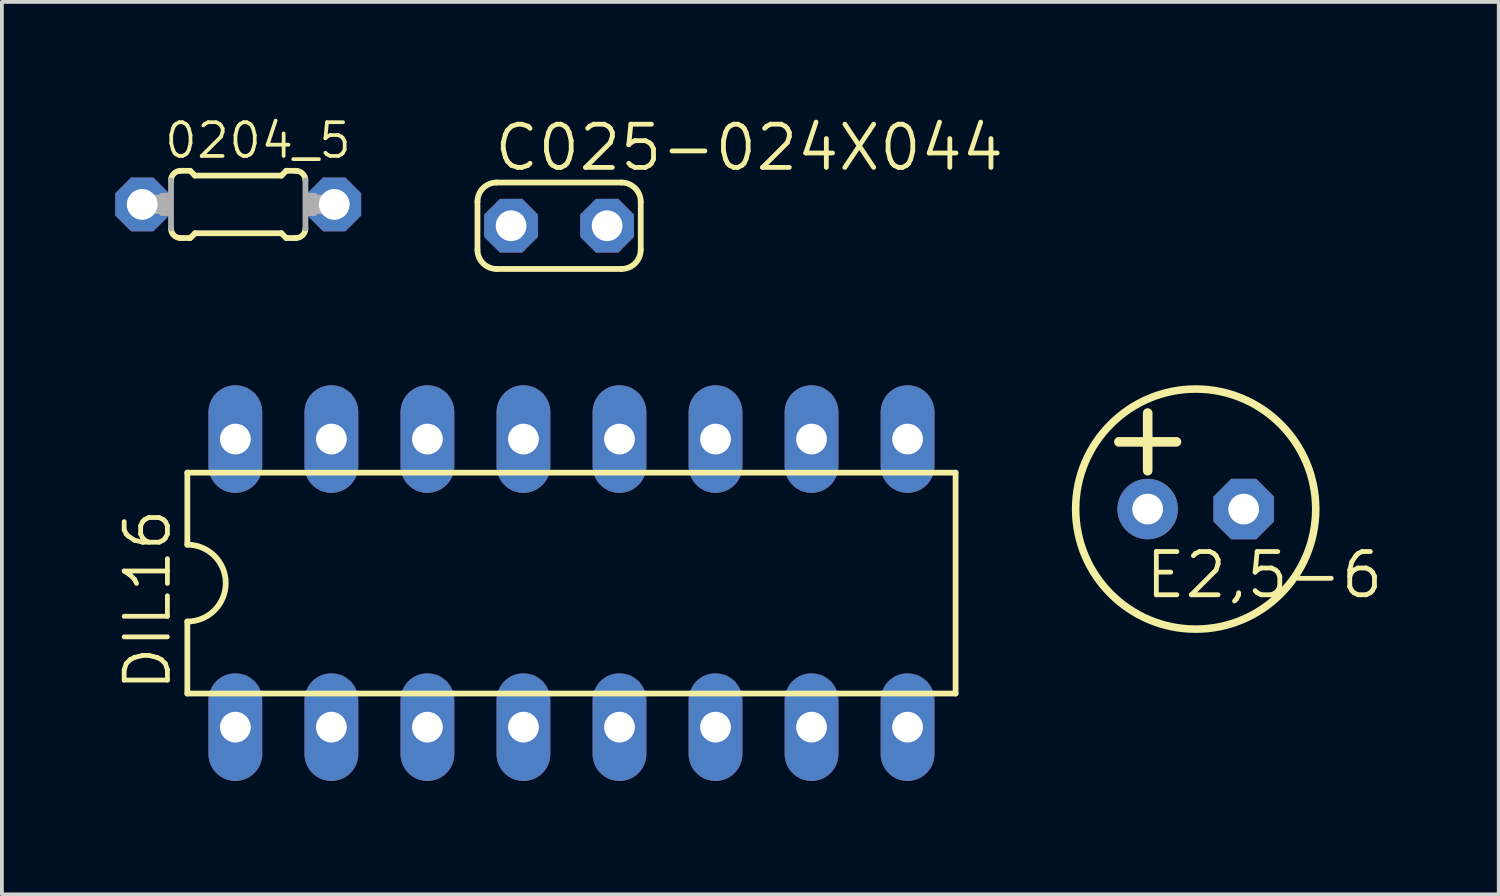
<source format=kicad_pcb>
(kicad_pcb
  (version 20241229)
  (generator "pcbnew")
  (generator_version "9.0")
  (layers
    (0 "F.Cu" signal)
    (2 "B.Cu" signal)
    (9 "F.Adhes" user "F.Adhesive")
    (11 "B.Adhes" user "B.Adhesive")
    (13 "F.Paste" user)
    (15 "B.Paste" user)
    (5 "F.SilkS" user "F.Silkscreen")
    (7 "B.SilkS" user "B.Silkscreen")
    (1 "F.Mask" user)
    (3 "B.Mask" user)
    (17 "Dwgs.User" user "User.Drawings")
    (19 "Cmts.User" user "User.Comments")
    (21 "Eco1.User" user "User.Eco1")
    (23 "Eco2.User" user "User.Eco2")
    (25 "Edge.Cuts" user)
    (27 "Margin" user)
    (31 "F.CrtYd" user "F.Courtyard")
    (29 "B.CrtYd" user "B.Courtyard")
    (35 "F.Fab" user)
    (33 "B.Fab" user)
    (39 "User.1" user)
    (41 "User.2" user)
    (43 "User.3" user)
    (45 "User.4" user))
  (footprint "DIL16"
    (layer "F.Cu")
    (at 12.065 12.373)
    (property "Reference" "DIL16" (at -10.541 2.921 90) (layer "F.SilkS") (effects (font (size 1.143 1.143) (thickness 0.127)) (justify left bottom)))
    (fp_line (start -10.16 -2.921) (end -10.16 -1.016) (stroke (width 0.152) (type solid)) (layer "F.SilkS"))
    (fp_line (start -10.16 2.921) (end -10.16 1.016) (stroke (width 0.152) (type solid)) (layer "F.SilkS"))
    (fp_line (start -10.16 2.921) (end 10.16 2.921) (stroke (width 0.152) (type solid)) (layer "F.SilkS"))
    (fp_line (start 10.16 -2.921) (end -10.16 -2.921) (stroke (width 0.152) (type solid)) (layer "F.SilkS"))
    (fp_line (start 10.16 -2.921) (end 10.16 2.921) (stroke (width 0.152) (type solid)) (layer "F.SilkS"))
    (fp_arc (start -10.16 -1.016) (mid -9.144 0) (end -10.16 1.016) (stroke (width 0.1524) (type solid)) (layer "F.SilkS"))
    (pad "1" thru_hole oval (at -8.89 3.81 90) (size 2.845 1.422) (drill 0.813) (layers "*.Cu" "*.Mask"))
    (pad "2" thru_hole oval (at -6.35 3.81 90) (size 2.845 1.422) (drill 0.813) (layers "*.Cu" "*.Mask"))
    (pad "3" thru_hole oval (at -3.81 3.81 90) (size 2.845 1.422) (drill 0.813) (layers "*.Cu" "*.Mask"))
    (pad "4" thru_hole oval (at -1.27 3.81 90) (size 2.845 1.422) (drill 0.813) (layers "*.Cu" "*.Mask"))
    (pad "5" thru_hole oval (at 1.27 3.81 90) (size 2.845 1.422) (drill 0.813) (layers "*.Cu" "*.Mask"))
    (pad "6" thru_hole oval (at 3.81 3.81 90) (size 2.845 1.422) (drill 0.813) (layers "*.Cu" "*.Mask"))
    (pad "7" thru_hole oval (at 6.35 3.81 90) (size 2.845 1.422) (drill 0.813) (layers "*.Cu" "*.Mask"))
    (pad "8" thru_hole oval (at 8.89 3.81 90) (size 2.845 1.422) (drill 0.813) (layers "*.Cu" "*.Mask"))
    (pad "9" thru_hole oval (at 8.89 -3.81 90) (size 2.845 1.422) (drill 0.813) (layers "*.Cu" "*.Mask"))
    (pad "10" thru_hole oval (at 6.35 -3.81 90) (size 2.845 1.422) (drill 0.813) (layers "*.Cu" "*.Mask"))
    (pad "11" thru_hole oval (at 3.81 -3.81 90) (size 2.845 1.422) (drill 0.813) (layers "*.Cu" "*.Mask"))
    (pad "12" thru_hole oval (at 1.27 -3.81 90) (size 2.845 1.422) (drill 0.813) (layers "*.Cu" "*.Mask"))
    (pad "13" thru_hole oval (at -1.27 -3.81 90) (size 2.845 1.422) (drill 0.813) (layers "*.Cu" "*.Mask"))
    (pad "14" thru_hole oval (at -3.81 -3.81 90) (size 2.845 1.422) (drill 0.813) (layers "*.Cu" "*.Mask"))
    (pad "15" thru_hole oval (at -6.35 -3.81 90) (size 2.845 1.422) (drill 0.813) (layers "*.Cu" "*.Mask"))
    (pad "16" thru_hole oval (at -8.89 -3.81 90) (size 2.845 1.422) (drill 0.813) (layers "*.Cu" "*.Mask")))
  (footprint "0204_5"
    (layer "F.Cu")
    (at 3.251 2.357)
    (property "Reference" "0204_5" (at -2.007 -1.168 0) (layer "F.SilkS") (effects (font (size 0.892 0.892) (thickness 0.099)) (justify left bottom)))
    (fp_line (start -1.524 -0.889) (end -1.27 -0.889) (stroke (width 0.152) (type solid)) (layer "F.SilkS"))
    (fp_line (start -1.524 0.889) (end -1.27 0.889) (stroke (width 0.152) (type solid)) (layer "F.SilkS"))
    (fp_line (start -1.143 -0.762) (end -1.27 -0.889) (stroke (width 0.152) (type solid)) (layer "F.SilkS"))
    (fp_line (start -1.143 0.762) (end -1.27 0.889) (stroke (width 0.152) (type solid)) (layer "F.SilkS"))
    (fp_line (start 1.143 -0.762) (end -1.143 -0.762) (stroke (width 0.152) (type solid)) (layer "F.SilkS"))
    (fp_line (start 1.143 -0.762) (end 1.27 -0.889) (stroke (width 0.152) (type solid)) (layer "F.SilkS"))
    (fp_line (start 1.143 0.762) (end -1.143 0.762) (stroke (width 0.152) (type solid)) (layer "F.SilkS"))
    (fp_line (start 1.143 0.762) (end 1.27 0.889) (stroke (width 0.152) (type solid)) (layer "F.SilkS"))
    (fp_line (start 1.524 -0.889) (end 1.27 -0.889) (stroke (width 0.152) (type solid)) (layer "F.SilkS"))
    (fp_line (start 1.524 0.889) (end 1.27 0.889) (stroke (width 0.152) (type solid)) (layer "F.SilkS"))
    (fp_arc (start -1.778 -0.635) (mid -1.703605 -0.814605) (end -1.524 -0.889) (stroke (width 0.1524) (type solid)) (layer "F.SilkS"))
    (fp_arc (start -1.524 0.889) (mid -1.703605 0.814605) (end -1.778 0.635) (stroke (width 0.1524) (type solid)) (layer "F.SilkS"))
    (fp_arc (start 1.524 -0.889) (mid 1.703605 -0.814605) (end 1.778 -0.635) (stroke (width 0.1524) (type solid)) (layer "F.SilkS"))
    (fp_arc (start 1.778 0.635) (mid 1.703605 0.814605) (end 1.524 0.889) (stroke (width 0.1524) (type solid)) (layer "F.SilkS"))
    (fp_line (start -2.54 0) (end -2.032 0) (stroke (width 0.508) (type solid)) (layer "F.Fab"))
    (fp_line (start -1.778 0.635) (end -1.778 -0.635) (stroke (width 0.152) (type solid)) (layer "F.Fab"))
    (fp_line (start 1.778 0.635) (end 1.778 -0.635) (stroke (width 0.152) (type solid)) (layer "F.Fab"))
    (fp_line (start 2.54 0) (end 2.032 0) (stroke (width 0.508) (type solid)) (layer "F.Fab"))
    (fp_poly (pts (xy -2.032 0.254) (xy -1.778 0.254) (xy -1.778 -0.254) (xy -2.032 -0.254)) (stroke (width 0.1) (type solid)) (fill no) (layer "F.Fab"))
    (fp_poly (pts (xy 1.778 0.254) (xy 2.032 0.254) (xy 2.032 -0.254) (xy 1.778 -0.254)) (stroke (width 0.1) (type solid)) (fill no) (layer "F.Fab"))
    (pad "1" thru_hole roundrect (at -2.54 0) (size 1.422 1.422) (drill 0.813) (layers "*.Cu" "*.Mask") (roundrect_rratio 0.25) (chamfer_ratio 0.293) (chamfer top_left top_right bottom_left bottom_right))
    (pad "2" thru_hole roundrect (at 2.54 0) (size 1.422 1.422) (drill 0.813) (layers "*.Cu" "*.Mask") (roundrect_rratio 0.25) (chamfer_ratio 0.293) (chamfer top_left top_right bottom_left bottom_right)))
  (footprint "C025-024X044"
    (layer "F.Cu")
    (at 11.738 2.921)
    (property "Reference" "C025-024X044" (at -1.778 -1.397 0) (layer "F.SilkS") (effects (font (size 1.143 1.143) (thickness 0.127)) (justify left bottom)))
    (fp_line (start -2.159 0.635) (end -2.159 -0.635) (stroke (width 0.152) (type solid)) (layer "F.SilkS"))
    (fp_line (start 1.651 -1.143) (end -1.651 -1.143) (stroke (width 0.152) (type solid)) (layer "F.SilkS"))
    (fp_line (start 1.651 1.143) (end -1.651 1.143) (stroke (width 0.152) (type solid)) (layer "F.SilkS"))
    (fp_line (start 2.159 0.635) (end 2.159 -0.635) (stroke (width 0.152) (type solid)) (layer "F.SilkS"))
    (fp_arc (start -2.159 -0.635) (mid -2.01021 -0.99421) (end -1.651 -1.143) (stroke (width 0.1524) (type solid)) (layer "F.SilkS"))
    (fp_arc (start -1.651 1.143) (mid -2.01021 0.99421) (end -2.159 0.635) (stroke (width 0.1524) (type solid)) (layer "F.SilkS"))
    (fp_arc (start 1.651 -1.143) (mid 2.01021 -0.99421) (end 2.159 -0.635) (stroke (width 0.1524) (type solid)) (layer "F.SilkS"))
    (fp_arc (start 2.159 0.635) (mid 2.01021 0.99421) (end 1.651 1.143) (stroke (width 0.1524) (type solid)) (layer "F.SilkS"))
    (pad "1" thru_hole roundrect (at -1.27 0) (size 1.422 1.422) (drill 0.813) (layers "*.Cu" "*.Mask") (roundrect_rratio 0.25) (chamfer_ratio 0.293) (chamfer top_left top_right bottom_left bottom_right))
    (pad "2" thru_hole roundrect (at 1.27 0) (size 1.422 1.422) (drill 0.813) (layers "*.Cu" "*.Mask") (roundrect_rratio 0.25) (chamfer_ratio 0.293) (chamfer top_left top_right bottom_left bottom_right)))
  (footprint "E2,5-6"
    (layer "F.Cu")
    (at 28.576 10.415)
    (property "Reference" "E2,5-6" (at -1.397 2.413 0) (layer "F.SilkS") (effects (font (size 1.143 1.143) (thickness 0.127)) (justify left bottom)))
    (fp_line (start -2.032 -1.778) (end -1.27 -1.778) (stroke (width 0.254) (type solid)) (layer "F.SilkS"))
    (fp_line (start -1.27 -1.778) (end -1.27 -2.54) (stroke (width 0.254) (type solid)) (layer "F.SilkS"))
    (fp_line (start -1.27 -1.778) (end -0.508 -1.778) (stroke (width 0.254) (type solid)) (layer "F.SilkS"))
    (fp_line (start -1.27 -1.016) (end -1.27 -1.778) (stroke (width 0.254) (type solid)) (layer "F.SilkS"))
    (fp_circle (center 0 0) (end 3.175 0) (stroke (width 0.2) (type solid)) (fill no) (layer "F.SilkS"))
    (pad "+" thru_hole circle (at -1.27 0) (size 1.6 1.6) (drill 0.813) (layers "*.Cu" "*.Mask"))
    (pad "-" thru_hole roundrect (at 1.27 0) (size 1.6 1.6) (drill 0.813) (layers "*.Cu" "*.Mask") (roundrect_rratio 0.25) (chamfer_ratio 0.293) (chamfer top_left top_right bottom_left bottom_right)))
  (gr_rect
    (start -3 -3)
    (end 36.591 20.605)
    (stroke (width 0.1) (type default))
    (fill no)
    (layer "Edge.Cuts")))
</source>
